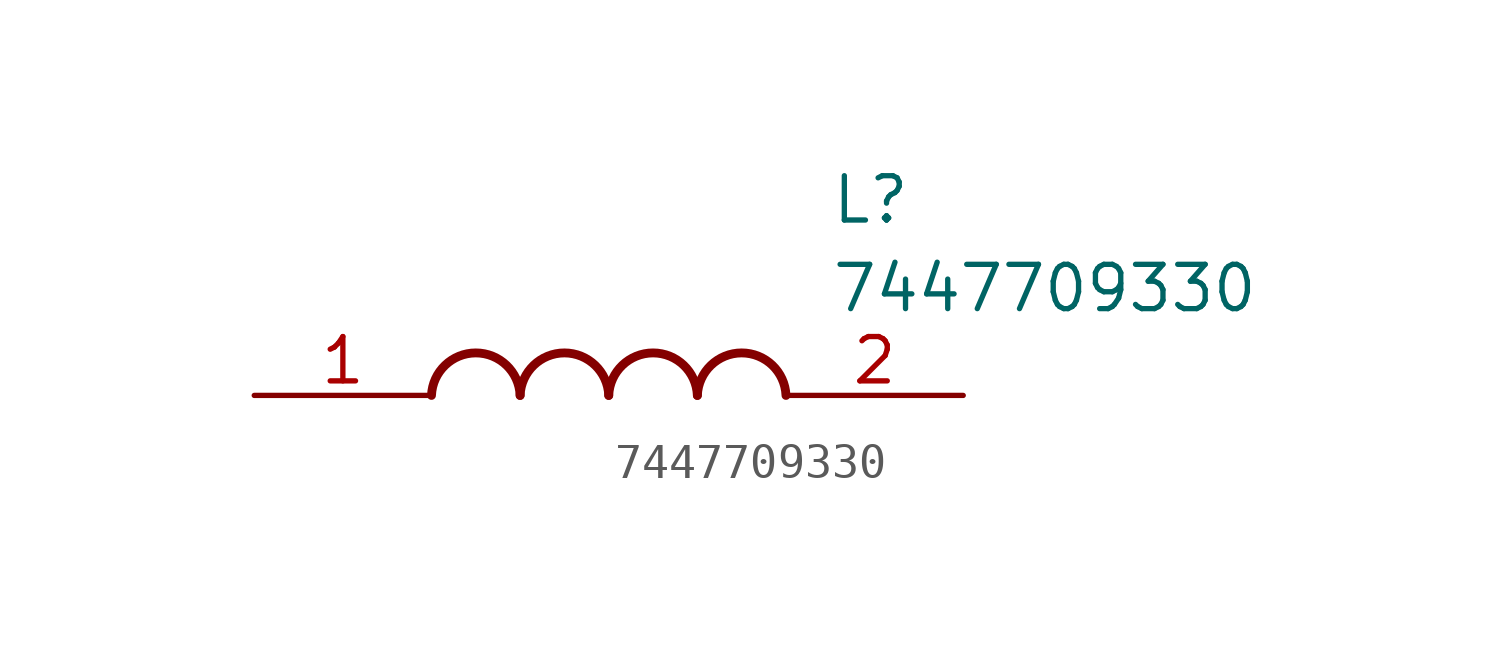
<source format=kicad_sym>
(kicad_symbol_lib
  (version 20211014)
  (generator SamacSys_ECAD_Model)
  (symbol "7447709330"
    (pin_names hide)
    (property "Reference" "L"
      (at 16.51 6.35 0)
      (effects (font (size 1.27 1.27)) (justify left top)))
    (property "Value" "7447709330"
      (at 16.51 3.81 0)
      (effects (font (size 1.27 1.27)) (justify left top)))
    (arc
      (start 7.62 0)
      (mid 6.35 1.219)
      (end 5.08 0)
      (stroke (width 0.254) (type default))
      (fill (type none)))
    (arc
      (start 10.16 0)
      (mid 8.89 1.219)
      (end 7.62 0)
      (stroke (width 0.254) (type default))
      (fill (type none)))
    (arc
      (start 12.7 0)
      (mid 11.43 1.219)
      (end 10.16 0)
      (stroke (width 0.254) (type default))
      (fill (type none)))
    (arc
      (start 15.24 0)
      (mid 13.97 1.219)
      (end 12.7 0)
      (stroke (width 0.254) (type default))
      (fill (type none)))
    (pin passive line
      (at 0 0 0)
      (length 5.08)
      (name "1" (effects (font (size 1.27 1.27))))
      (number "1" (effects (font (size 1.27 1.27)))))
    (pin passive line
      (at 20.32 0 180)
      (length 5.08)
      (name "2" (effects (font (size 1.27 1.27))))
      (number "2" (effects (font (size 1.27 1.27)))))))
</source>
